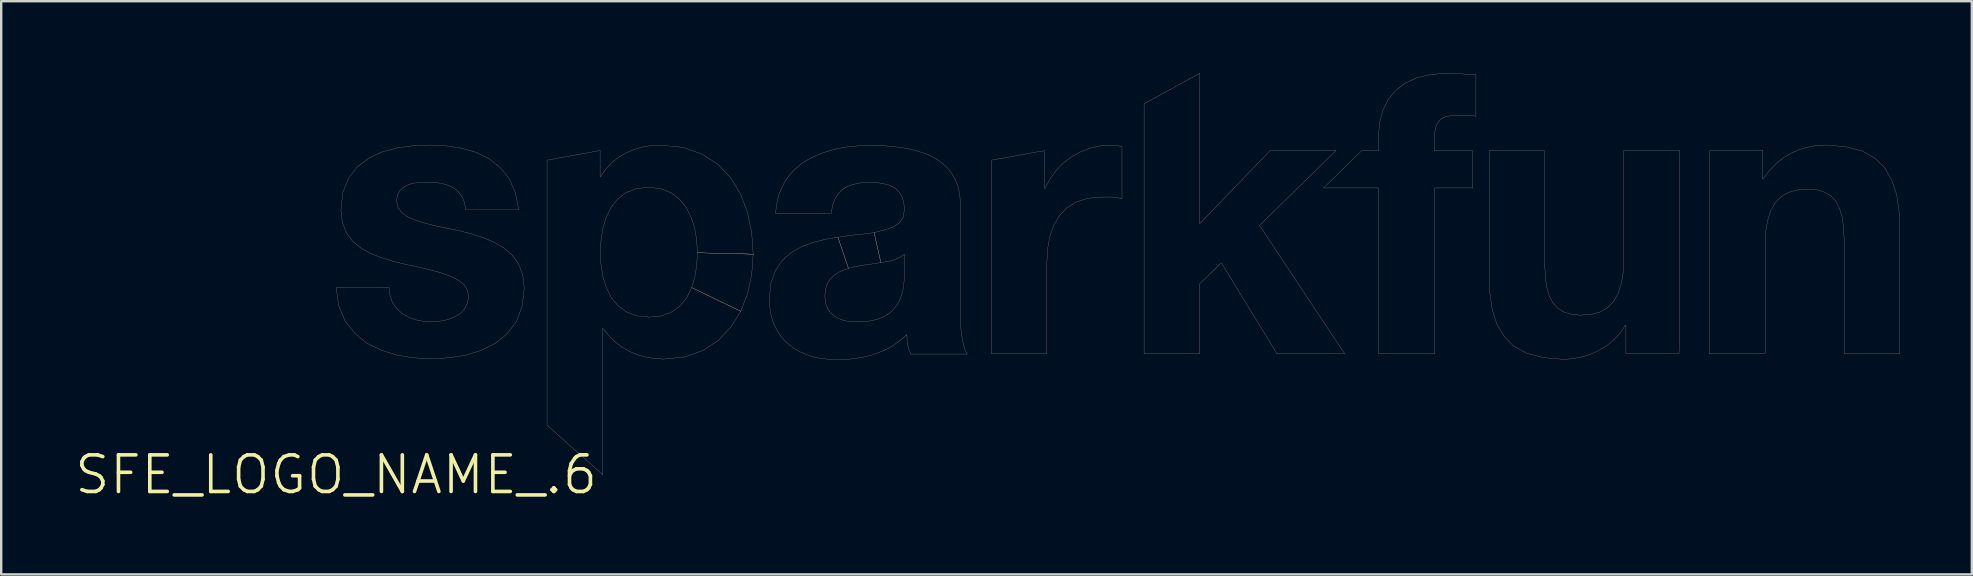
<source format=kicad_pcb>
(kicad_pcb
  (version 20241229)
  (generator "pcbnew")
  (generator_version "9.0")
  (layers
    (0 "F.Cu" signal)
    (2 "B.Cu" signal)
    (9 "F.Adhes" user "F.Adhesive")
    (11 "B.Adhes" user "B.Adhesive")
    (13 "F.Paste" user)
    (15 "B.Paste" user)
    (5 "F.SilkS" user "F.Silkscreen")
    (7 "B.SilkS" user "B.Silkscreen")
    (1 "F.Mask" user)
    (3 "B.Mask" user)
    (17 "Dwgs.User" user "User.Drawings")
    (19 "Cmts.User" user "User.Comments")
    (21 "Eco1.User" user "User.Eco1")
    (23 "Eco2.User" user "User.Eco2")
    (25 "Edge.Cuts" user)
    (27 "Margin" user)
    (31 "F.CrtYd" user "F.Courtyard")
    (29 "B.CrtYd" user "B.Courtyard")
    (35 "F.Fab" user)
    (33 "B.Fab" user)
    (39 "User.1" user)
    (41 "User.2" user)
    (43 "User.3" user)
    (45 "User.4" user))
  (footprint "SFE_LOGO_NAME_.6"
    (layer "F.Cu")
    (at 10.958 16.732)
    (property "Reference" "SFE_LOGO_NAME_.6" (at 0 0 0) (layer "F.SilkS") (effects (font (size 1.524 1.524) (thickness 0.15))))
    (attr exclude_from_pos_files exclude_from_bom)
    (fp_line (start 0 -7.788) (end 1.928 -7.788) (stroke (width 0.008) (type solid)) (layer "B.SilkS"))
    (fp_line (start 0.109 -7.038) (end 0 -7.788) (stroke (width 0.008) (type solid)) (layer "B.SilkS"))
    (fp_line (start 0.198 -11.019) (end 0.279 -11.758) (stroke (width 0.008) (type solid)) (layer "B.SilkS"))
    (fp_line (start 0.259 -10.508) (end 0.198 -11.019) (stroke (width 0.008) (type solid)) (layer "B.SilkS"))
    (fp_line (start 0.279 -11.758) (end 0.518 -12.36) (stroke (width 0.008) (type solid)) (layer "B.SilkS"))
    (fp_line (start 0.378 -6.398) (end 0.109 -7.038) (stroke (width 0.008) (type solid)) (layer "B.SilkS"))
    (fp_line (start 0.429 -10.079) (end 0.259 -10.508) (stroke (width 0.008) (type solid)) (layer "B.SilkS"))
    (fp_line (start 0.518 -12.36) (end 0.879 -12.83) (stroke (width 0.008) (type solid)) (layer "B.SilkS"))
    (fp_line (start 0.688 -9.728) (end 0.429 -10.079) (stroke (width 0.008) (type solid)) (layer "B.SilkS"))
    (fp_line (start 0.78 -5.888) (end 0.378 -6.398) (stroke (width 0.008) (type solid)) (layer "B.SilkS"))
    (fp_line (start 0.879 -12.83) (end 1.359 -13.188) (stroke (width 0.008) (type solid)) (layer "B.SilkS"))
    (fp_line (start 1.029 -9.449) (end 0.688 -9.728) (stroke (width 0.008) (type solid)) (layer "B.SilkS"))
    (fp_line (start 1.278 -5.479) (end 0.78 -5.888) (stroke (width 0.008) (type solid)) (layer "B.SilkS"))
    (fp_line (start 1.359 -13.188) (end 1.908 -13.449) (stroke (width 0.008) (type solid)) (layer "B.SilkS"))
    (fp_line (start 1.427 -9.218) (end 1.029 -9.449) (stroke (width 0.008) (type solid)) (layer "B.SilkS"))
    (fp_line (start 1.88 -5.189) (end 1.278 -5.479) (stroke (width 0.008) (type solid)) (layer "B.SilkS"))
    (fp_line (start 1.89 -9.04) (end 1.427 -9.218) (stroke (width 0.008) (type solid)) (layer "B.SilkS"))
    (fp_line (start 1.908 -13.449) (end 2.54 -13.619) (stroke (width 0.008) (type solid)) (layer "B.SilkS"))
    (fp_line (start 1.928 -7.788) (end 2.21 -7.788) (stroke (width 0.008) (type solid)) (layer "B.SilkS"))
    (fp_line (start 2.21 -7.788) (end 2.248 -7.45) (stroke (width 0.008) (type solid)) (layer "B.SilkS"))
    (fp_line (start 2.248 -7.45) (end 2.36 -7.148) (stroke (width 0.008) (type solid)) (layer "B.SilkS"))
    (fp_line (start 2.36 -7.148) (end 2.54 -6.909) (stroke (width 0.008) (type solid)) (layer "B.SilkS"))
    (fp_line (start 2.38 -8.89) (end 1.89 -9.04) (stroke (width 0.008) (type solid)) (layer "B.SilkS"))
    (fp_line (start 2.52 -11.41) (end 2.578 -11.128) (stroke (width 0.008) (type solid)) (layer "B.SilkS"))
    (fp_line (start 2.54 -13.619) (end 3.198 -13.708) (stroke (width 0.008) (type solid)) (layer "B.SilkS"))
    (fp_line (start 2.54 -6.909) (end 2.758 -6.708) (stroke (width 0.008) (type solid)) (layer "B.SilkS"))
    (fp_line (start 2.54 -4.978) (end 1.88 -5.189) (stroke (width 0.008) (type solid)) (layer "B.SilkS"))
    (fp_line (start 2.548 -11.648) (end 2.52 -11.41) (stroke (width 0.008) (type solid)) (layer "B.SilkS"))
    (fp_line (start 2.578 -11.128) (end 2.748 -10.909) (stroke (width 0.008) (type solid)) (layer "B.SilkS"))
    (fp_line (start 2.649 -11.829) (end 2.548 -11.648) (stroke (width 0.008) (type solid)) (layer "B.SilkS"))
    (fp_line (start 2.748 -10.909) (end 3.01 -10.729) (stroke (width 0.008) (type solid)) (layer "B.SilkS"))
    (fp_line (start 2.758 -6.708) (end 3.028 -6.558) (stroke (width 0.008) (type solid)) (layer "B.SilkS"))
    (fp_line (start 2.789 -11.968) (end 2.649 -11.829) (stroke (width 0.008) (type solid)) (layer "B.SilkS"))
    (fp_line (start 2.878 -8.768) (end 2.38 -8.89) (stroke (width 0.008) (type solid)) (layer "B.SilkS"))
    (fp_line (start 2.969 -12.068) (end 2.789 -11.968) (stroke (width 0.008) (type solid)) (layer "B.SilkS"))
    (fp_line (start 3.01 -10.729) (end 3.348 -10.589) (stroke (width 0.008) (type solid)) (layer "B.SilkS"))
    (fp_line (start 3.028 -6.558) (end 3.338 -6.449) (stroke (width 0.008) (type solid)) (layer "B.SilkS"))
    (fp_line (start 3.17 -12.139) (end 2.969 -12.068) (stroke (width 0.008) (type solid)) (layer "B.SilkS"))
    (fp_line (start 3.198 -13.708) (end 3.879 -13.739) (stroke (width 0.008) (type solid)) (layer "B.SilkS"))
    (fp_line (start 3.239 -4.869) (end 2.54 -4.978) (stroke (width 0.008) (type solid)) (layer "B.SilkS"))
    (fp_line (start 3.338 -6.449) (end 3.658 -6.388) (stroke (width 0.008) (type solid)) (layer "B.SilkS"))
    (fp_line (start 3.348 -10.589) (end 3.749 -10.47) (stroke (width 0.008) (type solid)) (layer "B.SilkS"))
    (fp_line (start 3.388 -12.169) (end 3.17 -12.139) (stroke (width 0.008) (type solid)) (layer "B.SilkS"))
    (fp_line (start 3.47 -8.639) (end 2.878 -8.768) (stroke (width 0.008) (type solid)) (layer "B.SilkS"))
    (fp_line (start 3.609 -12.189) (end 3.388 -12.169) (stroke (width 0.008) (type solid)) (layer "B.SilkS"))
    (fp_line (start 3.658 -6.388) (end 3.988 -6.368) (stroke (width 0.008) (type solid)) (layer "B.SilkS"))
    (fp_line (start 3.749 -10.47) (end 4.188 -10.358) (stroke (width 0.008) (type solid)) (layer "B.SilkS"))
    (fp_line (start 3.81 -12.189) (end 3.609 -12.189) (stroke (width 0.008) (type solid)) (layer "B.SilkS"))
    (fp_line (start 3.879 -13.739) (end 4.559 -13.708) (stroke (width 0.008) (type solid)) (layer "B.SilkS"))
    (fp_line (start 3.978 -4.839) (end 3.239 -4.869) (stroke (width 0.008) (type solid)) (layer "B.SilkS"))
    (fp_line (start 3.988 -8.519) (end 3.47 -8.639) (stroke (width 0.008) (type solid)) (layer "B.SilkS"))
    (fp_line (start 3.988 -6.368) (end 4.249 -6.388) (stroke (width 0.008) (type solid)) (layer "B.SilkS"))
    (fp_line (start 4.12 -12.179) (end 3.81 -12.189) (stroke (width 0.008) (type solid)) (layer "B.SilkS"))
    (fp_line (start 4.188 -10.358) (end 4.669 -10.259) (stroke (width 0.008) (type solid)) (layer "B.SilkS"))
    (fp_line (start 4.249 -6.388) (end 4.508 -6.429) (stroke (width 0.008) (type solid)) (layer "B.SilkS"))
    (fp_line (start 4.399 -12.139) (end 4.12 -12.179) (stroke (width 0.008) (type solid)) (layer "B.SilkS"))
    (fp_line (start 4.44 -8.39) (end 3.988 -8.519) (stroke (width 0.008) (type solid)) (layer "B.SilkS"))
    (fp_line (start 4.508 -6.429) (end 4.76 -6.5) (stroke (width 0.008) (type solid)) (layer "B.SilkS"))
    (fp_line (start 4.559 -13.708) (end 5.21 -13.609) (stroke (width 0.008) (type solid)) (layer "B.SilkS"))
    (fp_line (start 4.669 -12.06) (end 4.399 -12.139) (stroke (width 0.008) (type solid)) (layer "B.SilkS"))
    (fp_line (start 4.669 -10.259) (end 5.159 -10.16) (stroke (width 0.008) (type solid)) (layer "B.SilkS"))
    (fp_line (start 4.689 -4.869) (end 3.978 -4.839) (stroke (width 0.008) (type solid)) (layer "B.SilkS"))
    (fp_line (start 4.76 -6.5) (end 4.999 -6.609) (stroke (width 0.008) (type solid)) (layer "B.SilkS"))
    (fp_line (start 4.818 -8.25) (end 4.44 -8.39) (stroke (width 0.008) (type solid)) (layer "B.SilkS"))
    (fp_line (start 4.9 -11.948) (end 4.669 -12.06) (stroke (width 0.008) (type solid)) (layer "B.SilkS"))
    (fp_line (start 4.999 -6.609) (end 5.21 -6.749) (stroke (width 0.008) (type solid)) (layer "B.SilkS"))
    (fp_line (start 5.088 -11.798) (end 4.9 -11.948) (stroke (width 0.008) (type solid)) (layer "B.SilkS"))
    (fp_line (start 5.118 -8.09) (end 4.818 -8.25) (stroke (width 0.008) (type solid)) (layer "B.SilkS"))
    (fp_line (start 5.159 -10.16) (end 5.659 -10.028) (stroke (width 0.008) (type solid)) (layer "B.SilkS"))
    (fp_line (start 5.21 -13.609) (end 5.819 -13.439) (stroke (width 0.008) (type solid)) (layer "B.SilkS"))
    (fp_line (start 5.21 -6.749) (end 5.37 -6.939) (stroke (width 0.008) (type solid)) (layer "B.SilkS"))
    (fp_line (start 5.237 -11.598) (end 5.088 -11.798) (stroke (width 0.008) (type solid)) (layer "B.SilkS"))
    (fp_line (start 5.339 -7.91) (end 5.118 -8.09) (stroke (width 0.008) (type solid)) (layer "B.SilkS"))
    (fp_line (start 5.349 -11.349) (end 5.237 -11.598) (stroke (width 0.008) (type solid)) (layer "B.SilkS"))
    (fp_line (start 5.37 -6.939) (end 5.479 -7.168) (stroke (width 0.008) (type solid)) (layer "B.SilkS"))
    (fp_line (start 5.39 -4.978) (end 4.689 -4.869) (stroke (width 0.008) (type solid)) (layer "B.SilkS"))
    (fp_line (start 5.397 -11.039) (end 5.349 -11.349) (stroke (width 0.008) (type solid)) (layer "B.SilkS"))
    (fp_line (start 5.469 -7.699) (end 5.339 -7.91) (stroke (width 0.008) (type solid)) (layer "B.SilkS"))
    (fp_line (start 5.479 -7.168) (end 5.519 -7.46) (stroke (width 0.008) (type solid)) (layer "B.SilkS"))
    (fp_line (start 5.519 -7.46) (end 5.469 -7.699) (stroke (width 0.008) (type solid)) (layer "B.SilkS"))
    (fp_line (start 5.659 -10.028) (end 6.149 -9.868) (stroke (width 0.008) (type solid)) (layer "B.SilkS"))
    (fp_line (start 5.819 -13.439) (end 6.368 -13.17) (stroke (width 0.008) (type solid)) (layer "B.SilkS"))
    (fp_line (start 6.038 -5.179) (end 5.39 -4.978) (stroke (width 0.008) (type solid)) (layer "B.SilkS"))
    (fp_line (start 6.149 -9.868) (end 6.599 -9.68) (stroke (width 0.008) (type solid)) (layer "B.SilkS"))
    (fp_line (start 6.368 -13.17) (end 6.828 -12.809) (stroke (width 0.008) (type solid)) (layer "B.SilkS"))
    (fp_line (start 6.599 -9.68) (end 7.008 -9.439) (stroke (width 0.008) (type solid)) (layer "B.SilkS"))
    (fp_line (start 6.629 -5.469) (end 6.038 -5.179) (stroke (width 0.008) (type solid)) (layer "B.SilkS"))
    (fp_line (start 6.828 -12.809) (end 7.209 -12.339) (stroke (width 0.008) (type solid)) (layer "B.SilkS"))
    (fp_line (start 7.008 -9.439) (end 7.348 -9.139) (stroke (width 0.008) (type solid)) (layer "B.SilkS"))
    (fp_line (start 7.12 -5.87) (end 6.629 -5.469) (stroke (width 0.008) (type solid)) (layer "B.SilkS"))
    (fp_line (start 7.209 -12.339) (end 7.468 -11.758) (stroke (width 0.008) (type solid)) (layer "B.SilkS"))
    (fp_line (start 7.348 -9.139) (end 7.61 -8.768) (stroke (width 0.008) (type solid)) (layer "B.SilkS"))
    (fp_line (start 7.468 -11.758) (end 7.61 -11.039) (stroke (width 0.008) (type solid)) (layer "B.SilkS"))
    (fp_line (start 7.508 -6.378) (end 7.12 -5.87) (stroke (width 0.008) (type solid)) (layer "B.SilkS"))
    (fp_line (start 7.61 -11.039) (end 5.397 -11.039) (stroke (width 0.008) (type solid)) (layer "B.SilkS"))
    (fp_line (start 7.61 -8.768) (end 7.777 -8.319) (stroke (width 0.008) (type solid)) (layer "B.SilkS"))
    (fp_line (start 7.75 -7.018) (end 7.508 -6.378) (stroke (width 0.008) (type solid)) (layer "B.SilkS"))
    (fp_line (start 7.777 -8.319) (end 7.838 -7.777) (stroke (width 0.008) (type solid)) (layer "B.SilkS"))
    (fp_line (start 7.838 -7.777) (end 7.75 -7.018) (stroke (width 0.008) (type solid)) (layer "B.SilkS"))
    (fp_line (start 8.788 -13.109) (end 9.068 -13.16) (stroke (width 0.008) (type solid)) (layer "B.SilkS"))
    (fp_line (start 8.788 -2.068) (end 8.788 -13.109) (stroke (width 0.008) (type solid)) (layer "B.SilkS"))
    (fp_line (start 9.068 -13.16) (end 9.34 -13.208) (stroke (width 0.008) (type solid)) (layer "B.SilkS"))
    (fp_line (start 9.078 -1.808) (end 8.788 -2.068) (stroke (width 0.008) (type solid)) (layer "B.SilkS"))
    (fp_line (start 9.34 -13.208) (end 9.619 -13.259) (stroke (width 0.008) (type solid)) (layer "B.SilkS"))
    (fp_line (start 9.368 -1.549) (end 9.078 -1.808) (stroke (width 0.008) (type solid)) (layer "B.SilkS"))
    (fp_line (start 9.619 -13.259) (end 9.888 -13.31) (stroke (width 0.008) (type solid)) (layer "B.SilkS"))
    (fp_line (start 9.66 -1.288) (end 9.368 -1.549) (stroke (width 0.008) (type solid)) (layer "B.SilkS"))
    (fp_line (start 9.888 -13.31) (end 10.168 -13.358) (stroke (width 0.008) (type solid)) (layer "B.SilkS"))
    (fp_line (start 9.949 -1.029) (end 9.66 -1.288) (stroke (width 0.008) (type solid)) (layer "B.SilkS"))
    (fp_line (start 10.168 -13.358) (end 10.45 -13.409) (stroke (width 0.008) (type solid)) (layer "B.SilkS"))
    (fp_line (start 10.239 -0.78) (end 9.949 -1.029) (stroke (width 0.008) (type solid)) (layer "B.SilkS"))
    (fp_line (start 10.45 -13.409) (end 10.719 -13.459) (stroke (width 0.008) (type solid)) (layer "B.SilkS"))
    (fp_line (start 10.528 -0.518) (end 10.239 -0.78) (stroke (width 0.008) (type solid)) (layer "B.SilkS"))
    (fp_line (start 10.719 -13.459) (end 10.998 -13.508) (stroke (width 0.008) (type solid)) (layer "B.SilkS"))
    (fp_line (start 10.818 -0.259) (end 10.528 -0.518) (stroke (width 0.008) (type solid)) (layer "B.SilkS"))
    (fp_line (start 10.998 -13.508) (end 10.998 -12.418) (stroke (width 0.008) (type solid)) (layer "B.SilkS"))
    (fp_line (start 10.998 -12.418) (end 11.008 -12.418) (stroke (width 0.008) (type solid)) (layer "B.SilkS"))
    (fp_line (start 11.008 -12.418) (end 11.239 -12.738) (stroke (width 0.008) (type solid)) (layer "B.SilkS"))
    (fp_line (start 11.008 -9.248) (end 11.039 -8.738) (stroke (width 0.008) (type solid)) (layer "B.SilkS"))
    (fp_line (start 11.039 -9.759) (end 11.008 -9.248) (stroke (width 0.008) (type solid)) (layer "B.SilkS"))
    (fp_line (start 11.039 -8.738) (end 11.118 -8.25) (stroke (width 0.008) (type solid)) (layer "B.SilkS"))
    (fp_line (start 11.11 -10.259) (end 11.039 -9.759) (stroke (width 0.008) (type solid)) (layer "B.SilkS"))
    (fp_line (start 11.11 -6.088) (end 11.11 0) (stroke (width 0.008) (type solid)) (layer "B.SilkS"))
    (fp_line (start 11.11 0) (end 10.818 -0.259) (stroke (width 0.008) (type solid)) (layer "B.SilkS"))
    (fp_line (start 11.118 -8.25) (end 11.26 -7.798) (stroke (width 0.008) (type solid)) (layer "B.SilkS"))
    (fp_line (start 11.128 -6.088) (end 11.11 -6.088) (stroke (width 0.008) (type solid)) (layer "B.SilkS"))
    (fp_line (start 11.239 -12.738) (end 11.499 -13.018) (stroke (width 0.008) (type solid)) (layer "B.SilkS"))
    (fp_line (start 11.25 -10.719) (end 11.11 -10.259) (stroke (width 0.008) (type solid)) (layer "B.SilkS"))
    (fp_line (start 11.26 -7.798) (end 11.458 -7.389) (stroke (width 0.008) (type solid)) (layer "B.SilkS"))
    (fp_line (start 11.359 -5.799) (end 11.128 -6.088) (stroke (width 0.008) (type solid)) (layer "B.SilkS"))
    (fp_line (start 11.448 -11.128) (end 11.25 -10.719) (stroke (width 0.008) (type solid)) (layer "B.SilkS"))
    (fp_line (start 11.458 -7.389) (end 11.74 -7.048) (stroke (width 0.008) (type solid)) (layer "B.SilkS"))
    (fp_line (start 11.499 -13.018) (end 11.788 -13.238) (stroke (width 0.008) (type solid)) (layer "B.SilkS"))
    (fp_line (start 11.618 -5.54) (end 11.359 -5.799) (stroke (width 0.008) (type solid)) (layer "B.SilkS"))
    (fp_line (start 11.72 -11.478) (end 11.448 -11.128) (stroke (width 0.008) (type solid)) (layer "B.SilkS"))
    (fp_line (start 11.74 -7.048) (end 12.088 -6.789) (stroke (width 0.008) (type solid)) (layer "B.SilkS"))
    (fp_line (start 11.788 -13.238) (end 12.098 -13.419) (stroke (width 0.008) (type solid)) (layer "B.SilkS"))
    (fp_line (start 11.908 -5.319) (end 11.618 -5.54) (stroke (width 0.008) (type solid)) (layer "B.SilkS"))
    (fp_line (start 12.068 -11.748) (end 11.72 -11.478) (stroke (width 0.008) (type solid)) (layer "B.SilkS"))
    (fp_line (start 12.088 -6.789) (end 12.52 -6.619) (stroke (width 0.008) (type solid)) (layer "B.SilkS"))
    (fp_line (start 12.098 -13.419) (end 12.428 -13.559) (stroke (width 0.008) (type solid)) (layer "B.SilkS"))
    (fp_line (start 12.22 -5.138) (end 11.908 -5.319) (stroke (width 0.008) (type solid)) (layer "B.SilkS"))
    (fp_line (start 12.428 -13.559) (end 12.779 -13.658) (stroke (width 0.008) (type solid)) (layer "B.SilkS"))
    (fp_line (start 12.499 -11.918) (end 12.068 -11.748) (stroke (width 0.008) (type solid)) (layer "B.SilkS"))
    (fp_line (start 12.52 -6.619) (end 13.038 -6.568) (stroke (width 0.008) (type solid)) (layer "B.SilkS"))
    (fp_line (start 12.558 -4.999) (end 12.22 -5.138) (stroke (width 0.008) (type solid)) (layer "B.SilkS"))
    (fp_line (start 12.779 -13.658) (end 13.15 -13.719) (stroke (width 0.008) (type solid)) (layer "B.SilkS"))
    (fp_line (start 12.908 -4.9) (end 12.558 -4.999) (stroke (width 0.008) (type solid)) (layer "B.SilkS"))
    (fp_line (start 13.028 -11.979) (end 12.499 -11.918) (stroke (width 0.008) (type solid)) (layer "B.SilkS"))
    (fp_line (start 13.038 -6.568) (end 13.569 -6.619) (stroke (width 0.008) (type solid)) (layer "B.SilkS"))
    (fp_line (start 13.15 -13.719) (end 13.528 -13.729) (stroke (width 0.008) (type solid)) (layer "B.SilkS"))
    (fp_line (start 13.279 -4.839) (end 12.908 -4.9) (stroke (width 0.008) (type solid)) (layer "B.SilkS"))
    (fp_line (start 13.528 -13.729) (end 14.458 -13.64) (stroke (width 0.008) (type solid)) (layer "B.SilkS"))
    (fp_line (start 13.538 -11.918) (end 13.028 -11.979) (stroke (width 0.008) (type solid)) (layer "B.SilkS"))
    (fp_line (start 13.569 -6.619) (end 13.998 -6.789) (stroke (width 0.008) (type solid)) (layer "B.SilkS"))
    (fp_line (start 13.658 -4.818) (end 13.279 -4.839) (stroke (width 0.008) (type solid)) (layer "B.SilkS"))
    (fp_line (start 13.97 -11.74) (end 13.538 -11.918) (stroke (width 0.008) (type solid)) (layer "B.SilkS"))
    (fp_line (start 13.998 -6.789) (end 14.348 -7.048) (stroke (width 0.008) (type solid)) (layer "B.SilkS"))
    (fp_line (start 14.318 -11.468) (end 13.97 -11.74) (stroke (width 0.008) (type solid)) (layer "B.SilkS"))
    (fp_line (start 14.348 -7.048) (end 14.618 -7.389) (stroke (width 0.008) (type solid)) (layer "B.SilkS"))
    (fp_line (start 14.458 -13.64) (end 15.248 -13.358) (stroke (width 0.008) (type solid)) (layer "B.SilkS"))
    (fp_line (start 14.539 -4.91) (end 13.658 -4.818) (stroke (width 0.008) (type solid)) (layer "B.SilkS"))
    (fp_line (start 14.6 -11.118) (end 14.318 -11.468) (stroke (width 0.008) (type solid)) (layer "B.SilkS"))
    (fp_line (start 14.618 -7.389) (end 14.818 -7.798) (stroke (width 0.008) (type solid)) (layer "B.SilkS"))
    (fp_line (start 14.798 -10.709) (end 14.6 -11.118) (stroke (width 0.008) (type solid)) (layer "B.SilkS"))
    (fp_line (start 14.818 -7.798) (end 14.948 -8.25) (stroke (width 0.008) (type solid)) (layer "B.SilkS"))
    (fp_line (start 14.818 -7.798) (end 16.858 -6.81) (stroke (width 0.008) (type solid)) (layer "B.SilkS"))
    (fp_line (start 14.948 -10.249) (end 14.798 -10.709) (stroke (width 0.008) (type solid)) (layer "B.SilkS"))
    (fp_line (start 14.948 -8.25) (end 15.029 -8.738) (stroke (width 0.008) (type solid)) (layer "B.SilkS"))
    (fp_line (start 15.029 -9.759) (end 14.948 -10.249) (stroke (width 0.008) (type solid)) (layer "B.SilkS"))
    (fp_line (start 15.029 -8.738) (end 15.05 -9.248) (stroke (width 0.008) (type solid)) (layer "B.SilkS"))
    (fp_line (start 15.05 -9.248) (end 15.029 -9.759) (stroke (width 0.008) (type solid)) (layer "B.SilkS"))
    (fp_line (start 15.05 -9.248) (end 17.379 -9.19) (stroke (width 0.008) (type solid)) (layer "B.SilkS"))
    (fp_line (start 15.248 -13.358) (end 15.918 -12.929) (stroke (width 0.008) (type solid)) (layer "B.SilkS"))
    (fp_line (start 15.288 -5.179) (end 14.539 -4.91) (stroke (width 0.008) (type solid)) (layer "B.SilkS"))
    (fp_line (start 15.918 -12.929) (end 16.449 -12.36) (stroke (width 0.008) (type solid)) (layer "B.SilkS"))
    (fp_line (start 15.928 -5.598) (end 15.288 -5.179) (stroke (width 0.008) (type solid)) (layer "B.SilkS"))
    (fp_line (start 16.449 -12.36) (end 16.858 -11.679) (stroke (width 0.008) (type solid)) (layer "B.SilkS"))
    (fp_line (start 16.449 -6.149) (end 15.928 -5.598) (stroke (width 0.008) (type solid)) (layer "B.SilkS"))
    (fp_line (start 16.858 -11.679) (end 17.148 -10.909) (stroke (width 0.008) (type solid)) (layer "B.SilkS"))
    (fp_line (start 16.858 -6.81) (end 14.818 -7.798) (stroke (width 0.008) (type solid)) (layer "B.SilkS"))
    (fp_line (start 16.858 -6.81) (end 16.449 -6.149) (stroke (width 0.008) (type solid)) (layer "B.SilkS"))
    (fp_line (start 17.148 -10.909) (end 17.318 -10.069) (stroke (width 0.008) (type solid)) (layer "B.SilkS"))
    (fp_line (start 17.148 -7.549) (end 16.858 -6.81) (stroke (width 0.008) (type solid)) (layer "B.SilkS"))
    (fp_line (start 17.318 -10.069) (end 17.379 -9.19) (stroke (width 0.008) (type solid)) (layer "B.SilkS"))
    (fp_line (start 17.318 -8.349) (end 17.148 -7.549) (stroke (width 0.008) (type solid)) (layer "B.SilkS"))
    (fp_line (start 17.379 -9.19) (end 15.05 -9.248) (stroke (width 0.008) (type solid)) (layer "B.SilkS"))
    (fp_line (start 17.379 -9.19) (end 17.318 -8.349) (stroke (width 0.008) (type solid)) (layer "B.SilkS"))
    (fp_line (start 18.049 -7.328) (end 18.118 -7.978) (stroke (width 0.008) (type solid)) (layer "B.SilkS"))
    (fp_line (start 18.07 -7.008) (end 18.049 -7.328) (stroke (width 0.008) (type solid)) (layer "B.SilkS"))
    (fp_line (start 18.108 -6.718) (end 18.07 -7.008) (stroke (width 0.008) (type solid)) (layer "B.SilkS"))
    (fp_line (start 18.118 -7.978) (end 18.308 -8.509) (stroke (width 0.008) (type solid)) (layer "B.SilkS"))
    (fp_line (start 18.179 -6.449) (end 18.108 -6.718) (stroke (width 0.008) (type solid)) (layer "B.SilkS"))
    (fp_line (start 18.278 -6.198) (end 18.179 -6.449) (stroke (width 0.008) (type solid)) (layer "B.SilkS"))
    (fp_line (start 18.308 -10.889) (end 18.359 -11.278) (stroke (width 0.008) (type solid)) (layer "B.SilkS"))
    (fp_line (start 18.308 -8.509) (end 18.588 -8.928) (stroke (width 0.008) (type solid)) (layer "B.SilkS"))
    (fp_line (start 18.359 -11.278) (end 18.438 -11.638) (stroke (width 0.008) (type solid)) (layer "B.SilkS"))
    (fp_line (start 18.4 -5.969) (end 18.278 -6.198) (stroke (width 0.008) (type solid)) (layer "B.SilkS"))
    (fp_line (start 18.438 -11.638) (end 18.57 -11.958) (stroke (width 0.008) (type solid)) (layer "B.SilkS"))
    (fp_line (start 18.539 -5.758) (end 18.4 -5.969) (stroke (width 0.008) (type solid)) (layer "B.SilkS"))
    (fp_line (start 18.57 -11.958) (end 18.72 -12.248) (stroke (width 0.008) (type solid)) (layer "B.SilkS"))
    (fp_line (start 18.588 -8.928) (end 18.959 -9.258) (stroke (width 0.008) (type solid)) (layer "B.SilkS"))
    (fp_line (start 18.699 -5.578) (end 18.539 -5.758) (stroke (width 0.008) (type solid)) (layer "B.SilkS"))
    (fp_line (start 18.72 -12.248) (end 18.908 -12.509) (stroke (width 0.008) (type solid)) (layer "B.SilkS"))
    (fp_line (start 18.89 -5.408) (end 18.699 -5.578) (stroke (width 0.008) (type solid)) (layer "B.SilkS"))
    (fp_line (start 18.908 -12.509) (end 19.129 -12.738) (stroke (width 0.008) (type solid)) (layer "B.SilkS"))
    (fp_line (start 18.959 -9.258) (end 19.388 -9.5) (stroke (width 0.008) (type solid)) (layer "B.SilkS"))
    (fp_line (start 19.088 -5.258) (end 18.89 -5.408) (stroke (width 0.008) (type solid)) (layer "B.SilkS"))
    (fp_line (start 19.129 -12.738) (end 19.367 -12.939) (stroke (width 0.008) (type solid)) (layer "B.SilkS"))
    (fp_line (start 19.309 -5.128) (end 19.088 -5.258) (stroke (width 0.008) (type solid)) (layer "B.SilkS"))
    (fp_line (start 19.367 -12.939) (end 19.639 -13.119) (stroke (width 0.008) (type solid)) (layer "B.SilkS"))
    (fp_line (start 19.388 -9.5) (end 19.868 -9.68) (stroke (width 0.008) (type solid)) (layer "B.SilkS"))
    (fp_line (start 19.548 -5.029) (end 19.309 -5.128) (stroke (width 0.008) (type solid)) (layer "B.SilkS"))
    (fp_line (start 19.639 -13.119) (end 19.929 -13.269) (stroke (width 0.008) (type solid)) (layer "B.SilkS"))
    (fp_line (start 19.799 -4.938) (end 19.548 -5.029) (stroke (width 0.008) (type solid)) (layer "B.SilkS"))
    (fp_line (start 19.868 -9.68) (end 20.389 -9.809) (stroke (width 0.008) (type solid)) (layer "B.SilkS"))
    (fp_line (start 19.929 -13.269) (end 20.229 -13.399) (stroke (width 0.008) (type solid)) (layer "B.SilkS"))
    (fp_line (start 20.069 -4.869) (end 19.799 -4.938) (stroke (width 0.008) (type solid)) (layer "B.SilkS"))
    (fp_line (start 20.229 -13.399) (end 20.549 -13.498) (stroke (width 0.008) (type solid)) (layer "B.SilkS"))
    (fp_line (start 20.338 -4.829) (end 20.069 -4.869) (stroke (width 0.008) (type solid)) (layer "B.SilkS"))
    (fp_line (start 20.368 -7.44) (end 20.378 -7.29) (stroke (width 0.008) (type solid)) (layer "B.SilkS"))
    (fp_line (start 20.378 -7.6) (end 20.368 -7.44) (stroke (width 0.008) (type solid)) (layer "B.SilkS"))
    (fp_line (start 20.378 -7.29) (end 20.399 -7.148) (stroke (width 0.008) (type solid)) (layer "B.SilkS"))
    (fp_line (start 20.389 -9.809) (end 20.909 -9.898) (stroke (width 0.008) (type solid)) (layer "B.SilkS"))
    (fp_line (start 20.399 -7.739) (end 20.378 -7.6) (stroke (width 0.008) (type solid)) (layer "B.SilkS"))
    (fp_line (start 20.399 -7.148) (end 20.439 -7.028) (stroke (width 0.008) (type solid)) (layer "B.SilkS"))
    (fp_line (start 20.439 -7.859) (end 20.399 -7.739) (stroke (width 0.008) (type solid)) (layer "B.SilkS"))
    (fp_line (start 20.439 -7.028) (end 20.488 -6.919) (stroke (width 0.008) (type solid)) (layer "B.SilkS"))
    (fp_line (start 20.477 -7.978) (end 20.439 -7.859) (stroke (width 0.008) (type solid)) (layer "B.SilkS"))
    (fp_line (start 20.488 -6.919) (end 20.549 -6.82) (stroke (width 0.008) (type solid)) (layer "B.SilkS"))
    (fp_line (start 20.538 -8.08) (end 20.477 -7.978) (stroke (width 0.008) (type solid)) (layer "B.SilkS"))
    (fp_line (start 20.549 -13.498) (end 20.889 -13.589) (stroke (width 0.008) (type solid)) (layer "B.SilkS"))
    (fp_line (start 20.549 -6.82) (end 20.62 -6.728) (stroke (width 0.008) (type solid)) (layer "B.SilkS"))
    (fp_line (start 20.62 -8.179) (end 20.538 -8.08) (stroke (width 0.008) (type solid)) (layer "B.SilkS"))
    (fp_line (start 20.62 -6.728) (end 20.709 -6.65) (stroke (width 0.008) (type solid)) (layer "B.SilkS"))
    (fp_line (start 20.63 -10.889) (end 18.308 -10.889) (stroke (width 0.008) (type solid)) (layer "B.SilkS"))
    (fp_line (start 20.63 -4.798) (end 20.338 -4.829) (stroke (width 0.008) (type solid)) (layer "B.SilkS"))
    (fp_line (start 20.658 -11.059) (end 20.63 -10.889) (stroke (width 0.008) (type solid)) (layer "B.SilkS"))
    (fp_line (start 20.688 -11.209) (end 20.658 -11.059) (stroke (width 0.008) (type solid)) (layer "B.SilkS"))
    (fp_line (start 20.698 -8.258) (end 20.62 -8.179) (stroke (width 0.008) (type solid)) (layer "B.SilkS"))
    (fp_line (start 20.709 -6.65) (end 20.798 -6.589) (stroke (width 0.008) (type solid)) (layer "B.SilkS"))
    (fp_line (start 20.729 -11.349) (end 20.688 -11.209) (stroke (width 0.008) (type solid)) (layer "B.SilkS"))
    (fp_line (start 20.78 -11.478) (end 20.729 -11.349) (stroke (width 0.008) (type solid)) (layer "B.SilkS"))
    (fp_line (start 20.79 -8.339) (end 20.698 -8.258) (stroke (width 0.008) (type solid)) (layer "B.SilkS"))
    (fp_line (start 20.798 -6.589) (end 20.899 -6.528) (stroke (width 0.008) (type solid)) (layer "B.SilkS"))
    (fp_line (start 20.848 -11.598) (end 20.78 -11.478) (stroke (width 0.008) (type solid)) (layer "B.SilkS"))
    (fp_line (start 20.889 -13.589) (end 21.229 -13.65) (stroke (width 0.008) (type solid)) (layer "B.SilkS"))
    (fp_line (start 20.889 -8.4) (end 20.79 -8.339) (stroke (width 0.008) (type solid)) (layer "B.SilkS"))
    (fp_line (start 20.899 -6.528) (end 21.008 -6.48) (stroke (width 0.008) (type solid)) (layer "B.SilkS"))
    (fp_line (start 20.909 -9.898) (end 21.349 -8.598) (stroke (width 0.008) (type solid)) (layer "B.SilkS"))
    (fp_line (start 20.909 -9.898) (end 21.438 -9.97) (stroke (width 0.008) (type solid)) (layer "B.SilkS"))
    (fp_line (start 20.919 -11.699) (end 20.848 -11.598) (stroke (width 0.008) (type solid)) (layer "B.SilkS"))
    (fp_line (start 20.988 -8.458) (end 20.889 -8.4) (stroke (width 0.008) (type solid)) (layer "B.SilkS"))
    (fp_line (start 20.998 -11.788) (end 20.919 -11.699) (stroke (width 0.008) (type solid)) (layer "B.SilkS"))
    (fp_line (start 21.008 -6.48) (end 21.128 -6.439) (stroke (width 0.008) (type solid)) (layer "B.SilkS"))
    (fp_line (start 21.1 -11.88) (end 20.998 -11.788) (stroke (width 0.008) (type solid)) (layer "B.SilkS"))
    (fp_line (start 21.11 -8.509) (end 20.988 -8.458) (stroke (width 0.008) (type solid)) (layer "B.SilkS"))
    (fp_line (start 21.128 -6.439) (end 21.25 -6.408) (stroke (width 0.008) (type solid)) (layer "B.SilkS"))
    (fp_line (start 21.128 -4.798) (end 20.63 -4.798) (stroke (width 0.008) (type solid)) (layer "B.SilkS"))
    (fp_line (start 21.199 -11.948) (end 21.1 -11.88) (stroke (width 0.008) (type solid)) (layer "B.SilkS"))
    (fp_line (start 21.229 -13.65) (end 21.58 -13.688) (stroke (width 0.008) (type solid)) (layer "B.SilkS"))
    (fp_line (start 21.229 -8.56) (end 21.11 -8.509) (stroke (width 0.008) (type solid)) (layer "B.SilkS"))
    (fp_line (start 21.25 -6.408) (end 21.379 -6.388) (stroke (width 0.008) (type solid)) (layer "B.SilkS"))
    (fp_line (start 21.308 -12.009) (end 21.199 -11.948) (stroke (width 0.008) (type solid)) (layer "B.SilkS"))
    (fp_line (start 21.328 -4.808) (end 21.128 -4.798) (stroke (width 0.008) (type solid)) (layer "B.SilkS"))
    (fp_line (start 21.349 -8.598) (end 20.909 -9.898) (stroke (width 0.008) (type solid)) (layer "B.SilkS"))
    (fp_line (start 21.349 -8.598) (end 21.229 -8.56) (stroke (width 0.008) (type solid)) (layer "B.SilkS"))
    (fp_line (start 21.379 -6.388) (end 21.519 -6.368) (stroke (width 0.008) (type solid)) (layer "B.SilkS"))
    (fp_line (start 21.43 -12.06) (end 21.308 -12.009) (stroke (width 0.008) (type solid)) (layer "B.SilkS"))
    (fp_line (start 21.438 -9.97) (end 21.948 -10.028) (stroke (width 0.008) (type solid)) (layer "B.SilkS"))
    (fp_line (start 21.478 -8.639) (end 21.349 -8.598) (stroke (width 0.008) (type solid)) (layer "B.SilkS"))
    (fp_line (start 21.519 -6.368) (end 21.798 -6.368) (stroke (width 0.008) (type solid)) (layer "B.SilkS"))
    (fp_line (start 21.519 -4.829) (end 21.328 -4.808) (stroke (width 0.008) (type solid)) (layer "B.SilkS"))
    (fp_line (start 21.56 -12.098) (end 21.43 -12.06) (stroke (width 0.008) (type solid)) (layer "B.SilkS"))
    (fp_line (start 21.58 -13.688) (end 21.938 -13.719) (stroke (width 0.008) (type solid)) (layer "B.SilkS"))
    (fp_line (start 21.608 -8.669) (end 21.478 -8.639) (stroke (width 0.008) (type solid)) (layer "B.SilkS"))
    (fp_line (start 21.699 -12.129) (end 21.56 -12.098) (stroke (width 0.008) (type solid)) (layer "B.SilkS"))
    (fp_line (start 21.72 -4.859) (end 21.519 -4.829) (stroke (width 0.008) (type solid)) (layer "B.SilkS"))
    (fp_line (start 21.747 -8.689) (end 21.608 -8.669) (stroke (width 0.008) (type solid)) (layer "B.SilkS"))
    (fp_line (start 21.798 -6.368) (end 22.118 -6.388) (stroke (width 0.008) (type solid)) (layer "B.SilkS"))
    (fp_line (start 21.849 -12.159) (end 21.699 -12.129) (stroke (width 0.008) (type solid)) (layer "B.SilkS"))
    (fp_line (start 21.88 -8.72) (end 21.747 -8.689) (stroke (width 0.008) (type solid)) (layer "B.SilkS"))
    (fp_line (start 21.907 -4.889) (end 21.72 -4.859) (stroke (width 0.008) (type solid)) (layer "B.SilkS"))
    (fp_line (start 21.938 -13.719) (end 22.609 -13.719) (stroke (width 0.008) (type solid)) (layer "B.SilkS"))
    (fp_line (start 21.948 -10.028) (end 22.418 -10.089) (stroke (width 0.008) (type solid)) (layer "B.SilkS"))
    (fp_line (start 22.009 -12.169) (end 21.849 -12.159) (stroke (width 0.008) (type solid)) (layer "B.SilkS"))
    (fp_line (start 22.019 -8.738) (end 21.88 -8.72) (stroke (width 0.008) (type solid)) (layer "B.SilkS"))
    (fp_line (start 22.098 -4.928) (end 21.907 -4.889) (stroke (width 0.008) (type solid)) (layer "B.SilkS"))
    (fp_line (start 22.118 -6.388) (end 22.398 -6.439) (stroke (width 0.008) (type solid)) (layer "B.SilkS"))
    (fp_line (start 22.159 -8.758) (end 22.019 -8.738) (stroke (width 0.008) (type solid)) (layer "B.SilkS"))
    (fp_line (start 22.288 -4.978) (end 22.098 -4.928) (stroke (width 0.008) (type solid)) (layer "B.SilkS"))
    (fp_line (start 22.299 -8.778) (end 22.159 -8.758) (stroke (width 0.008) (type solid)) (layer "B.SilkS"))
    (fp_line (start 22.398 -6.439) (end 22.639 -6.507) (stroke (width 0.008) (type solid)) (layer "B.SilkS"))
    (fp_line (start 22.418 -10.089) (end 22.7 -8.839) (stroke (width 0.008) (type solid)) (layer "B.SilkS"))
    (fp_line (start 22.418 -10.089) (end 22.84 -10.198) (stroke (width 0.008) (type solid)) (layer "B.SilkS"))
    (fp_line (start 22.428 -8.799) (end 22.299 -8.778) (stroke (width 0.008) (type solid)) (layer "B.SilkS"))
    (fp_line (start 22.469 -12.169) (end 22.009 -12.169) (stroke (width 0.008) (type solid)) (layer "B.SilkS"))
    (fp_line (start 22.469 -5.039) (end 22.288 -4.978) (stroke (width 0.008) (type solid)) (layer "B.SilkS"))
    (fp_line (start 22.568 -8.819) (end 22.428 -8.799) (stroke (width 0.008) (type solid)) (layer "B.SilkS"))
    (fp_line (start 22.609 -13.719) (end 22.939 -13.698) (stroke (width 0.008) (type solid)) (layer "B.SilkS"))
    (fp_line (start 22.619 -12.159) (end 22.469 -12.169) (stroke (width 0.008) (type solid)) (layer "B.SilkS"))
    (fp_line (start 22.639 -6.507) (end 22.86 -6.609) (stroke (width 0.008) (type solid)) (layer "B.SilkS"))
    (fp_line (start 22.659 -5.108) (end 22.469 -5.039) (stroke (width 0.008) (type solid)) (layer "B.SilkS"))
    (fp_line (start 22.7 -8.839) (end 22.418 -10.089) (stroke (width 0.008) (type solid)) (layer "B.SilkS"))
    (fp_line (start 22.7 -8.839) (end 22.568 -8.819) (stroke (width 0.008) (type solid)) (layer "B.SilkS"))
    (fp_line (start 22.748 -12.139) (end 22.619 -12.159) (stroke (width 0.008) (type solid)) (layer "B.SilkS"))
    (fp_line (start 22.83 -8.86) (end 22.7 -8.839) (stroke (width 0.008) (type solid)) (layer "B.SilkS"))
    (fp_line (start 22.83 -5.179) (end 22.659 -5.108) (stroke (width 0.008) (type solid)) (layer "B.SilkS"))
    (fp_line (start 22.84 -10.198) (end 23.198 -10.317) (stroke (width 0.008) (type solid)) (layer "B.SilkS"))
    (fp_line (start 22.86 -6.609) (end 23.038 -6.718) (stroke (width 0.008) (type solid)) (layer "B.SilkS"))
    (fp_line (start 22.888 -12.108) (end 22.748 -12.139) (stroke (width 0.008) (type solid)) (layer "B.SilkS"))
    (fp_line (start 22.939 -13.698) (end 23.259 -13.668) (stroke (width 0.008) (type solid)) (layer "B.SilkS"))
    (fp_line (start 22.959 -8.88) (end 22.83 -8.86) (stroke (width 0.008) (type solid)) (layer "B.SilkS"))
    (fp_line (start 23.01 -12.078) (end 22.888 -12.108) (stroke (width 0.008) (type solid)) (layer "B.SilkS"))
    (fp_line (start 23.01 -5.268) (end 22.83 -5.179) (stroke (width 0.008) (type solid)) (layer "B.SilkS"))
    (fp_line (start 23.038 -6.718) (end 23.188 -6.848) (stroke (width 0.008) (type solid)) (layer "B.SilkS"))
    (fp_line (start 23.078 -8.908) (end 22.959 -8.88) (stroke (width 0.008) (type solid)) (layer "B.SilkS"))
    (fp_line (start 23.129 -12.029) (end 23.01 -12.078) (stroke (width 0.008) (type solid)) (layer "B.SilkS"))
    (fp_line (start 23.17 -5.359) (end 23.01 -5.268) (stroke (width 0.008) (type solid)) (layer "B.SilkS"))
    (fp_line (start 23.188 -6.848) (end 23.31 -6.998) (stroke (width 0.008) (type solid)) (layer "B.SilkS"))
    (fp_line (start 23.198 -10.317) (end 23.459 -10.488) (stroke (width 0.008) (type solid)) (layer "B.SilkS"))
    (fp_line (start 23.198 -8.938) (end 23.078 -8.908) (stroke (width 0.008) (type solid)) (layer "B.SilkS"))
    (fp_line (start 23.228 -11.979) (end 23.129 -12.029) (stroke (width 0.008) (type solid)) (layer "B.SilkS"))
    (fp_line (start 23.259 -13.668) (end 23.579 -13.63) (stroke (width 0.008) (type solid)) (layer "B.SilkS"))
    (fp_line (start 23.31 -8.979) (end 23.198 -8.938) (stroke (width 0.008) (type solid)) (layer "B.SilkS"))
    (fp_line (start 23.31 -6.998) (end 23.419 -7.148) (stroke (width 0.008) (type solid)) (layer "B.SilkS"))
    (fp_line (start 23.33 -11.908) (end 23.228 -11.979) (stroke (width 0.008) (type solid)) (layer "B.SilkS"))
    (fp_line (start 23.33 -5.469) (end 23.17 -5.359) (stroke (width 0.008) (type solid)) (layer "B.SilkS"))
    (fp_line (start 23.409 -9.02) (end 23.31 -8.979) (stroke (width 0.008) (type solid)) (layer "B.SilkS"))
    (fp_line (start 23.419 -11.829) (end 23.33 -11.908) (stroke (width 0.008) (type solid)) (layer "B.SilkS"))
    (fp_line (start 23.419 -7.148) (end 23.498 -7.308) (stroke (width 0.008) (type solid)) (layer "B.SilkS"))
    (fp_line (start 23.459 -10.488) (end 23.63 -10.719) (stroke (width 0.008) (type solid)) (layer "B.SilkS"))
    (fp_line (start 23.49 -11.73) (end 23.419 -11.829) (stroke (width 0.008) (type solid)) (layer "B.SilkS"))
    (fp_line (start 23.49 -5.588) (end 23.33 -5.469) (stroke (width 0.008) (type solid)) (layer "B.SilkS"))
    (fp_line (start 23.498 -7.308) (end 23.558 -7.478) (stroke (width 0.008) (type solid)) (layer "B.SilkS"))
    (fp_line (start 23.508 -9.068) (end 23.409 -9.02) (stroke (width 0.008) (type solid)) (layer "B.SilkS"))
    (fp_line (start 23.558 -11.628) (end 23.49 -11.73) (stroke (width 0.008) (type solid)) (layer "B.SilkS"))
    (fp_line (start 23.558 -7.478) (end 23.609 -7.638) (stroke (width 0.008) (type solid)) (layer "B.SilkS"))
    (fp_line (start 23.579 -13.63) (end 23.899 -13.569) (stroke (width 0.008) (type solid)) (layer "B.SilkS"))
    (fp_line (start 23.599 -9.129) (end 23.508 -9.068) (stroke (width 0.008) (type solid)) (layer "B.SilkS"))
    (fp_line (start 23.609 -11.499) (end 23.558 -11.628) (stroke (width 0.008) (type solid)) (layer "B.SilkS"))
    (fp_line (start 23.609 -7.638) (end 23.64 -7.798) (stroke (width 0.008) (type solid)) (layer "B.SilkS"))
    (fp_line (start 23.63 -10.719) (end 23.678 -11.029) (stroke (width 0.008) (type solid)) (layer "B.SilkS"))
    (fp_line (start 23.64 -7.798) (end 23.658 -7.948) (stroke (width 0.008) (type solid)) (layer "B.SilkS"))
    (fp_line (start 23.64 -5.71) (end 23.49 -5.588) (stroke (width 0.008) (type solid)) (layer "B.SilkS"))
    (fp_line (start 23.65 -11.359) (end 23.609 -11.499) (stroke (width 0.008) (type solid)) (layer "B.SilkS"))
    (fp_line (start 23.658 -7.948) (end 23.668 -8.09) (stroke (width 0.008) (type solid)) (layer "B.SilkS"))
    (fp_line (start 23.668 -11.209) (end 23.65 -11.359) (stroke (width 0.008) (type solid)) (layer "B.SilkS"))
    (fp_line (start 23.668 -8.09) (end 23.678 -8.209) (stroke (width 0.008) (type solid)) (layer "B.SilkS"))
    (fp_line (start 23.678 -11.029) (end 23.668 -11.209) (stroke (width 0.008) (type solid)) (layer "B.SilkS"))
    (fp_line (start 23.678 -9.19) (end 23.599 -9.129) (stroke (width 0.008) (type solid)) (layer "B.SilkS"))
    (fp_line (start 23.678 -8.209) (end 23.678 -9.19) (stroke (width 0.008) (type solid)) (layer "B.SilkS"))
    (fp_line (start 23.779 -5.85) (end 23.64 -5.71) (stroke (width 0.008) (type solid)) (layer "B.SilkS"))
    (fp_line (start 23.779 -5.799) (end 23.779 -5.85) (stroke (width 0.008) (type solid)) (layer "B.SilkS"))
    (fp_line (start 23.79 -5.748) (end 23.779 -5.799) (stroke (width 0.008) (type solid)) (layer "B.SilkS"))
    (fp_line (start 23.79 -5.639) (end 23.79 -5.748) (stroke (width 0.008) (type solid)) (layer "B.SilkS"))
    (fp_line (start 23.8 -5.588) (end 23.79 -5.639) (stroke (width 0.008) (type solid)) (layer "B.SilkS"))
    (fp_line (start 23.8 -5.54) (end 23.8 -5.588) (stroke (width 0.008) (type solid)) (layer "B.SilkS"))
    (fp_line (start 23.81 -5.479) (end 23.8 -5.54) (stroke (width 0.008) (type solid)) (layer "B.SilkS"))
    (fp_line (start 23.818 -5.428) (end 23.81 -5.479) (stroke (width 0.008) (type solid)) (layer "B.SilkS"))
    (fp_line (start 23.828 -5.38) (end 23.818 -5.428) (stroke (width 0.008) (type solid)) (layer "B.SilkS"))
    (fp_line (start 23.838 -5.329) (end 23.828 -5.38) (stroke (width 0.008) (type solid)) (layer "B.SilkS"))
    (fp_line (start 23.848 -5.278) (end 23.838 -5.329) (stroke (width 0.008) (type solid)) (layer "B.SilkS"))
    (fp_line (start 23.868 -5.23) (end 23.848 -5.278) (stroke (width 0.008) (type solid)) (layer "B.SilkS"))
    (fp_line (start 23.889 -5.179) (end 23.868 -5.23) (stroke (width 0.008) (type solid)) (layer "B.SilkS"))
    (fp_line (start 23.899 -13.569) (end 24.209 -13.49) (stroke (width 0.008) (type solid)) (layer "B.SilkS"))
    (fp_line (start 23.909 -5.128) (end 23.889 -5.179) (stroke (width 0.008) (type solid)) (layer "B.SilkS"))
    (fp_line (start 23.929 -5.08) (end 23.909 -5.128) (stroke (width 0.008) (type solid)) (layer "B.SilkS"))
    (fp_line (start 23.939 -5.029) (end 23.929 -5.08) (stroke (width 0.008) (type solid)) (layer "B.SilkS"))
    (fp_line (start 24.209 -13.49) (end 24.498 -13.399) (stroke (width 0.008) (type solid)) (layer "B.SilkS"))
    (fp_line (start 24.498 -13.399) (end 24.778 -13.279) (stroke (width 0.008) (type solid)) (layer "B.SilkS"))
    (fp_line (start 24.778 -13.279) (end 25.039 -13.139) (stroke (width 0.008) (type solid)) (layer "B.SilkS"))
    (fp_line (start 25.039 -13.139) (end 25.278 -12.969) (stroke (width 0.008) (type solid)) (layer "B.SilkS"))
    (fp_line (start 25.278 -12.969) (end 25.489 -12.769) (stroke (width 0.008) (type solid)) (layer "B.SilkS"))
    (fp_line (start 25.489 -12.769) (end 25.659 -12.548) (stroke (width 0.008) (type solid)) (layer "B.SilkS"))
    (fp_line (start 25.659 -12.548) (end 25.809 -12.289) (stroke (width 0.008) (type solid)) (layer "B.SilkS"))
    (fp_line (start 25.809 -12.289) (end 25.918 -11.999) (stroke (width 0.008) (type solid)) (layer "B.SilkS"))
    (fp_line (start 25.918 -11.999) (end 25.989 -11.679) (stroke (width 0.008) (type solid)) (layer "B.SilkS"))
    (fp_line (start 25.989 -11.679) (end 26.01 -11.308) (stroke (width 0.008) (type solid)) (layer "B.SilkS"))
    (fp_line (start 26.01 -11.308) (end 26.01 -6.48) (stroke (width 0.008) (type solid)) (layer "B.SilkS"))
    (fp_line (start 26.01 -6.48) (end 26.02 -6.34) (stroke (width 0.008) (type solid)) (layer "B.SilkS"))
    (fp_line (start 26.02 -6.34) (end 26.02 -6.198) (stroke (width 0.008) (type solid)) (layer "B.SilkS"))
    (fp_line (start 26.02 -6.198) (end 26.038 -6.068) (stroke (width 0.008) (type solid)) (layer "B.SilkS"))
    (fp_line (start 26.038 -6.068) (end 26.048 -5.939) (stroke (width 0.008) (type solid)) (layer "B.SilkS"))
    (fp_line (start 26.048 -5.939) (end 26.068 -5.809) (stroke (width 0.008) (type solid)) (layer "B.SilkS"))
    (fp_line (start 26.068 -5.809) (end 26.088 -5.69) (stroke (width 0.008) (type solid)) (layer "B.SilkS"))
    (fp_line (start 26.088 -5.69) (end 26.109 -5.568) (stroke (width 0.008) (type solid)) (layer "B.SilkS"))
    (fp_line (start 26.109 -5.568) (end 26.139 -5.458) (stroke (width 0.008) (type solid)) (layer "B.SilkS"))
    (fp_line (start 26.139 -5.458) (end 26.159 -5.359) (stroke (width 0.008) (type solid)) (layer "B.SilkS"))
    (fp_line (start 26.159 -5.359) (end 26.19 -5.258) (stroke (width 0.008) (type solid)) (layer "B.SilkS"))
    (fp_line (start 26.19 -5.258) (end 26.218 -5.179) (stroke (width 0.008) (type solid)) (layer "B.SilkS"))
    (fp_line (start 26.218 -5.179) (end 26.259 -5.098) (stroke (width 0.008) (type solid)) (layer "B.SilkS"))
    (fp_line (start 26.259 -5.098) (end 26.299 -5.029) (stroke (width 0.008) (type solid)) (layer "B.SilkS"))
    (fp_line (start 26.299 -5.029) (end 23.939 -5.029) (stroke (width 0.008) (type solid)) (layer "B.SilkS"))
    (fp_line (start 27.3 -12.098) (end 27.318 -13.109) (stroke (width 0.008) (type solid)) (layer "B.SilkS"))
    (fp_line (start 27.3 -5.039) (end 27.3 -12.098) (stroke (width 0.008) (type solid)) (layer "B.SilkS"))
    (fp_line (start 27.318 -13.109) (end 27.589 -13.16) (stroke (width 0.008) (type solid)) (layer "B.SilkS"))
    (fp_line (start 27.589 -13.16) (end 27.869 -13.208) (stroke (width 0.008) (type solid)) (layer "B.SilkS"))
    (fp_line (start 27.869 -13.208) (end 28.148 -13.259) (stroke (width 0.008) (type solid)) (layer "B.SilkS"))
    (fp_line (start 28.148 -13.259) (end 28.418 -13.31) (stroke (width 0.008) (type solid)) (layer "B.SilkS"))
    (fp_line (start 28.418 -13.31) (end 28.699 -13.358) (stroke (width 0.008) (type solid)) (layer "B.SilkS"))
    (fp_line (start 28.699 -13.358) (end 28.979 -13.409) (stroke (width 0.008) (type solid)) (layer "B.SilkS"))
    (fp_line (start 28.979 -13.409) (end 29.248 -13.459) (stroke (width 0.008) (type solid)) (layer "B.SilkS"))
    (fp_line (start 29.248 -13.459) (end 29.527 -13.498) (stroke (width 0.008) (type solid)) (layer "B.SilkS"))
    (fp_line (start 29.527 -13.498) (end 29.527 -11.928) (stroke (width 0.008) (type solid)) (layer "B.SilkS"))
    (fp_line (start 29.527 -11.928) (end 29.538 -11.928) (stroke (width 0.008) (type solid)) (layer "B.SilkS"))
    (fp_line (start 29.538 -11.928) (end 29.738 -12.309) (stroke (width 0.008) (type solid)) (layer "B.SilkS"))
    (fp_line (start 29.619 -8.86) (end 29.619 -5.039) (stroke (width 0.008) (type solid)) (layer "B.SilkS"))
    (fp_line (start 29.619 -5.039) (end 27.3 -5.039) (stroke (width 0.008) (type solid)) (layer "B.SilkS"))
    (fp_line (start 29.649 -9.408) (end 29.619 -8.86) (stroke (width 0.008) (type solid)) (layer "B.SilkS"))
    (fp_line (start 29.738 -12.309) (end 29.99 -12.659) (stroke (width 0.008) (type solid)) (layer "B.SilkS"))
    (fp_line (start 29.738 -9.919) (end 29.649 -9.408) (stroke (width 0.008) (type solid)) (layer "B.SilkS"))
    (fp_line (start 29.898 -10.378) (end 29.738 -9.919) (stroke (width 0.008) (type solid)) (layer "B.SilkS"))
    (fp_line (start 29.99 -12.659) (end 30.279 -12.969) (stroke (width 0.008) (type solid)) (layer "B.SilkS"))
    (fp_line (start 30.129 -10.78) (end 29.898 -10.378) (stroke (width 0.008) (type solid)) (layer "B.SilkS"))
    (fp_line (start 30.279 -12.969) (end 30.62 -13.228) (stroke (width 0.008) (type solid)) (layer "B.SilkS"))
    (fp_line (start 30.439 -11.11) (end 30.129 -10.78) (stroke (width 0.008) (type solid)) (layer "B.SilkS"))
    (fp_line (start 30.62 -13.228) (end 30.988 -13.439) (stroke (width 0.008) (type solid)) (layer "B.SilkS"))
    (fp_line (start 30.828 -11.359) (end 30.439 -11.11) (stroke (width 0.008) (type solid)) (layer "B.SilkS"))
    (fp_line (start 30.988 -13.439) (end 31.389 -13.599) (stroke (width 0.008) (type solid)) (layer "B.SilkS"))
    (fp_line (start 31.318 -11.519) (end 30.828 -11.359) (stroke (width 0.008) (type solid)) (layer "B.SilkS"))
    (fp_line (start 31.389 -13.599) (end 31.808 -13.698) (stroke (width 0.008) (type solid)) (layer "B.SilkS"))
    (fp_line (start 31.808 -13.698) (end 32.238 -13.729) (stroke (width 0.008) (type solid)) (layer "B.SilkS"))
    (fp_line (start 31.918 -11.57) (end 31.318 -11.519) (stroke (width 0.008) (type solid)) (layer "B.SilkS"))
    (fp_line (start 32.238 -13.729) (end 32.499 -13.729) (stroke (width 0.008) (type solid)) (layer "B.SilkS"))
    (fp_line (start 32.36 -11.57) (end 31.918 -11.57) (stroke (width 0.008) (type solid)) (layer "B.SilkS"))
    (fp_line (start 32.469 -11.56) (end 32.36 -11.57) (stroke (width 0.008) (type solid)) (layer "B.SilkS"))
    (fp_line (start 32.499 -13.729) (end 32.568 -13.719) (stroke (width 0.008) (type solid)) (layer "B.SilkS"))
    (fp_line (start 32.568 -13.719) (end 32.629 -13.698) (stroke (width 0.008) (type solid)) (layer "B.SilkS"))
    (fp_line (start 32.568 -11.539) (end 32.469 -11.56) (stroke (width 0.008) (type solid)) (layer "B.SilkS"))
    (fp_line (start 32.629 -13.698) (end 32.69 -13.678) (stroke (width 0.008) (type solid)) (layer "B.SilkS"))
    (fp_line (start 32.669 -11.519) (end 32.568 -11.539) (stroke (width 0.008) (type solid)) (layer "B.SilkS"))
    (fp_line (start 32.69 -13.678) (end 32.748 -13.658) (stroke (width 0.008) (type solid)) (layer "B.SilkS"))
    (fp_line (start 32.748 -13.658) (end 32.748 -11.499) (stroke (width 0.008) (type solid)) (layer "B.SilkS"))
    (fp_line (start 32.748 -11.499) (end 32.669 -11.519) (stroke (width 0.008) (type solid)) (layer "B.SilkS"))
    (fp_line (start 33.668 -15.458) (end 35.989 -16.728) (stroke (width 0.008) (type solid)) (layer "B.SilkS"))
    (fp_line (start 33.668 -5.039) (end 33.668 -15.458) (stroke (width 0.008) (type solid)) (layer "B.SilkS"))
    (fp_line (start 35.989 -16.728) (end 35.989 -10.46) (stroke (width 0.008) (type solid)) (layer "B.SilkS"))
    (fp_line (start 35.989 -10.46) (end 38.918 -13.508) (stroke (width 0.008) (type solid)) (layer "B.SilkS"))
    (fp_line (start 35.989 -7.958) (end 35.989 -5.039) (stroke (width 0.008) (type solid)) (layer "B.SilkS"))
    (fp_line (start 35.989 -5.039) (end 33.668 -5.039) (stroke (width 0.008) (type solid)) (layer "B.SilkS"))
    (fp_line (start 36.888 -8.829) (end 35.989 -7.958) (stroke (width 0.008) (type solid)) (layer "B.SilkS"))
    (fp_line (start 38.478 -10.389) (end 42.029 -5.039) (stroke (width 0.008) (type solid)) (layer "B.SilkS"))
    (fp_line (start 38.918 -13.508) (end 41.669 -13.508) (stroke (width 0.008) (type solid)) (layer "B.SilkS"))
    (fp_line (start 39.21 -5.039) (end 36.888 -8.829) (stroke (width 0.008) (type solid)) (layer "B.SilkS"))
    (fp_line (start 41.148 -11.948) (end 41.349 -12.149) (stroke (width 0.008) (type solid)) (layer "B.SilkS"))
    (fp_line (start 41.349 -12.149) (end 41.549 -12.339) (stroke (width 0.008) (type solid)) (layer "B.SilkS"))
    (fp_line (start 41.549 -12.339) (end 41.75 -12.54) (stroke (width 0.008) (type solid)) (layer "B.SilkS"))
    (fp_line (start 41.669 -13.508) (end 38.478 -10.389) (stroke (width 0.008) (type solid)) (layer "B.SilkS"))
    (fp_line (start 41.75 -12.54) (end 41.938 -12.728) (stroke (width 0.008) (type solid)) (layer "B.SilkS"))
    (fp_line (start 41.938 -12.728) (end 42.139 -12.918) (stroke (width 0.008) (type solid)) (layer "B.SilkS"))
    (fp_line (start 42.029 -5.039) (end 39.21 -5.039) (stroke (width 0.008) (type solid)) (layer "B.SilkS"))
    (fp_line (start 42.139 -12.918) (end 42.339 -13.119) (stroke (width 0.008) (type solid)) (layer "B.SilkS"))
    (fp_line (start 42.339 -13.119) (end 42.54 -13.31) (stroke (width 0.008) (type solid)) (layer "B.SilkS"))
    (fp_line (start 42.54 -13.31) (end 42.738 -13.508) (stroke (width 0.008) (type solid)) (layer "B.SilkS"))
    (fp_line (start 42.738 -13.508) (end 43.439 -13.508) (stroke (width 0.008) (type solid)) (layer "B.SilkS"))
    (fp_line (start 43.439 -14.158) (end 43.49 -14.699) (stroke (width 0.008) (type solid)) (layer "B.SilkS"))
    (fp_line (start 43.439 -13.508) (end 43.439 -14.158) (stroke (width 0.008) (type solid)) (layer "B.SilkS"))
    (fp_line (start 43.439 -11.948) (end 41.148 -11.948) (stroke (width 0.008) (type solid)) (layer "B.SilkS"))
    (fp_line (start 43.439 -11.079) (end 43.439 -11.948) (stroke (width 0.008) (type solid)) (layer "B.SilkS"))
    (fp_line (start 43.439 -5.039) (end 43.439 -11.079) (stroke (width 0.008) (type solid)) (layer "B.SilkS"))
    (fp_line (start 43.49 -14.699) (end 43.619 -15.189) (stroke (width 0.008) (type solid)) (layer "B.SilkS"))
    (fp_line (start 43.619 -15.189) (end 43.838 -15.629) (stroke (width 0.008) (type solid)) (layer "B.SilkS"))
    (fp_line (start 43.838 -15.629) (end 44.148 -16.01) (stroke (width 0.008) (type solid)) (layer "B.SilkS"))
    (fp_line (start 44.148 -16.01) (end 44.539 -16.309) (stroke (width 0.008) (type solid)) (layer "B.SilkS"))
    (fp_line (start 44.539 -16.309) (end 45.029 -16.538) (stroke (width 0.008) (type solid)) (layer "B.SilkS"))
    (fp_line (start 45.029 -16.538) (end 45.608 -16.678) (stroke (width 0.008) (type solid)) (layer "B.SilkS"))
    (fp_line (start 45.608 -16.678) (end 46.279 -16.728) (stroke (width 0.008) (type solid)) (layer "B.SilkS"))
    (fp_line (start 45.768 -14.008) (end 45.768 -13.498) (stroke (width 0.008) (type solid)) (layer "B.SilkS"))
    (fp_line (start 45.768 -13.498) (end 47.368 -13.498) (stroke (width 0.008) (type solid)) (layer "B.SilkS"))
    (fp_line (start 45.768 -11.948) (end 45.768 -5.039) (stroke (width 0.008) (type solid)) (layer "B.SilkS"))
    (fp_line (start 45.768 -5.039) (end 43.439 -5.039) (stroke (width 0.008) (type solid)) (layer "B.SilkS"))
    (fp_line (start 45.778 -14.249) (end 45.768 -14.008) (stroke (width 0.008) (type solid)) (layer "B.SilkS"))
    (fp_line (start 45.819 -14.458) (end 45.778 -14.249) (stroke (width 0.008) (type solid)) (layer "B.SilkS"))
    (fp_line (start 45.877 -14.618) (end 45.819 -14.458) (stroke (width 0.008) (type solid)) (layer "B.SilkS"))
    (fp_line (start 45.969 -14.75) (end 45.877 -14.618) (stroke (width 0.008) (type solid)) (layer "B.SilkS"))
    (fp_line (start 46.088 -14.849) (end 45.969 -14.75) (stroke (width 0.008) (type solid)) (layer "B.SilkS"))
    (fp_line (start 46.238 -14.92) (end 46.088 -14.849) (stroke (width 0.008) (type solid)) (layer "B.SilkS"))
    (fp_line (start 46.279 -16.728) (end 46.739 -16.728) (stroke (width 0.008) (type solid)) (layer "B.SilkS"))
    (fp_line (start 46.429 -14.958) (end 46.238 -14.92) (stroke (width 0.008) (type solid)) (layer "B.SilkS"))
    (fp_line (start 46.65 -14.978) (end 46.429 -14.958) (stroke (width 0.008) (type solid)) (layer "B.SilkS"))
    (fp_line (start 46.739 -16.728) (end 46.899 -16.708) (stroke (width 0.008) (type solid)) (layer "B.SilkS"))
    (fp_line (start 46.899 -16.708) (end 47.048 -16.688) (stroke (width 0.008) (type solid)) (layer "B.SilkS"))
    (fp_line (start 47.048 -16.688) (end 47.198 -16.678) (stroke (width 0.008) (type solid)) (layer "B.SilkS"))
    (fp_line (start 47.198 -16.678) (end 47.498 -16.678) (stroke (width 0.008) (type solid)) (layer "B.SilkS"))
    (fp_line (start 47.29 -14.978) (end 46.65 -14.978) (stroke (width 0.008) (type solid)) (layer "B.SilkS"))
    (fp_line (start 47.368 -13.498) (end 47.368 -11.948) (stroke (width 0.008) (type solid)) (layer "B.SilkS"))
    (fp_line (start 47.368 -11.948) (end 45.768 -11.948) (stroke (width 0.008) (type solid)) (layer "B.SilkS"))
    (fp_line (start 47.399 -14.958) (end 47.29 -14.978) (stroke (width 0.008) (type solid)) (layer "B.SilkS"))
    (fp_line (start 47.498 -16.678) (end 47.498 -14.938) (stroke (width 0.008) (type solid)) (layer "B.SilkS"))
    (fp_line (start 47.498 -14.938) (end 47.399 -14.958) (stroke (width 0.008) (type solid)) (layer "B.SilkS"))
    (fp_line (start 48.049 -13.498) (end 50.368 -13.498) (stroke (width 0.008) (type solid)) (layer "B.SilkS"))
    (fp_line (start 48.049 -8.298) (end 48.049 -13.498) (stroke (width 0.008) (type solid)) (layer "B.SilkS"))
    (fp_line (start 48.08 -7.549) (end 48.049 -8.298) (stroke (width 0.008) (type solid)) (layer "B.SilkS"))
    (fp_line (start 48.179 -6.868) (end 48.08 -7.549) (stroke (width 0.008) (type solid)) (layer "B.SilkS"))
    (fp_line (start 48.369 -6.279) (end 48.179 -6.868) (stroke (width 0.008) (type solid)) (layer "B.SilkS"))
    (fp_line (start 48.669 -5.768) (end 48.369 -6.279) (stroke (width 0.008) (type solid)) (layer "B.SilkS"))
    (fp_line (start 49.068 -5.359) (end 48.669 -5.768) (stroke (width 0.008) (type solid)) (layer "B.SilkS"))
    (fp_line (start 49.609 -5.06) (end 49.068 -5.359) (stroke (width 0.008) (type solid)) (layer "B.SilkS"))
    (fp_line (start 50.3 -4.879) (end 49.609 -5.06) (stroke (width 0.008) (type solid)) (layer "B.SilkS"))
    (fp_line (start 50.368 -13.498) (end 50.368 -8.73) (stroke (width 0.008) (type solid)) (layer "B.SilkS"))
    (fp_line (start 50.368 -8.73) (end 50.389 -8.24) (stroke (width 0.008) (type solid)) (layer "B.SilkS"))
    (fp_line (start 50.389 -8.24) (end 50.449 -7.808) (stroke (width 0.008) (type solid)) (layer "B.SilkS"))
    (fp_line (start 50.449 -7.808) (end 50.549 -7.46) (stroke (width 0.008) (type solid)) (layer "B.SilkS"))
    (fp_line (start 50.549 -7.46) (end 50.709 -7.158) (stroke (width 0.008) (type solid)) (layer "B.SilkS"))
    (fp_line (start 50.709 -7.158) (end 50.909 -6.939) (stroke (width 0.008) (type solid)) (layer "B.SilkS"))
    (fp_line (start 50.909 -6.939) (end 51.168 -6.779) (stroke (width 0.008) (type solid)) (layer "B.SilkS"))
    (fp_line (start 51.138 -4.808) (end 50.3 -4.879) (stroke (width 0.008) (type solid)) (layer "B.SilkS"))
    (fp_line (start 51.168 -6.779) (end 51.478 -6.678) (stroke (width 0.008) (type solid)) (layer "B.SilkS"))
    (fp_line (start 51.478 -6.678) (end 51.859 -6.65) (stroke (width 0.008) (type solid)) (layer "B.SilkS"))
    (fp_line (start 51.509 -4.829) (end 51.138 -4.808) (stroke (width 0.008) (type solid)) (layer "B.SilkS"))
    (fp_line (start 51.859 -6.65) (end 52.299 -6.678) (stroke (width 0.008) (type solid)) (layer "B.SilkS"))
    (fp_line (start 51.869 -4.9) (end 51.509 -4.829) (stroke (width 0.008) (type solid)) (layer "B.SilkS"))
    (fp_line (start 52.227 -4.999) (end 51.869 -4.9) (stroke (width 0.008) (type solid)) (layer "B.SilkS"))
    (fp_line (start 52.299 -6.678) (end 52.669 -6.779) (stroke (width 0.008) (type solid)) (layer "B.SilkS"))
    (fp_line (start 52.578 -5.159) (end 52.227 -4.999) (stroke (width 0.008) (type solid)) (layer "B.SilkS"))
    (fp_line (start 52.669 -6.779) (end 52.979 -6.96) (stroke (width 0.008) (type solid)) (layer "B.SilkS"))
    (fp_line (start 52.908 -5.349) (end 52.578 -5.159) (stroke (width 0.008) (type solid)) (layer "B.SilkS"))
    (fp_line (start 52.979 -6.96) (end 53.228 -7.209) (stroke (width 0.008) (type solid)) (layer "B.SilkS"))
    (fp_line (start 53.208 -5.588) (end 52.908 -5.349) (stroke (width 0.008) (type solid)) (layer "B.SilkS"))
    (fp_line (start 53.228 -7.209) (end 53.419 -7.549) (stroke (width 0.008) (type solid)) (layer "B.SilkS"))
    (fp_line (start 53.419 -7.549) (end 53.558 -7.968) (stroke (width 0.008) (type solid)) (layer "B.SilkS"))
    (fp_line (start 53.49 -5.878) (end 53.208 -5.588) (stroke (width 0.008) (type solid)) (layer "B.SilkS"))
    (fp_line (start 53.558 -7.968) (end 53.64 -8.468) (stroke (width 0.008) (type solid)) (layer "B.SilkS"))
    (fp_line (start 53.64 -8.468) (end 53.657 -9.068) (stroke (width 0.008) (type solid)) (layer "B.SilkS"))
    (fp_line (start 53.657 -13.498) (end 55.989 -13.498) (stroke (width 0.008) (type solid)) (layer "B.SilkS"))
    (fp_line (start 53.657 -9.068) (end 53.657 -13.498) (stroke (width 0.008) (type solid)) (layer "B.SilkS"))
    (fp_line (start 53.718 -6.218) (end 53.49 -5.878) (stroke (width 0.008) (type solid)) (layer "B.SilkS"))
    (fp_line (start 53.749 -6.218) (end 53.718 -6.218) (stroke (width 0.008) (type solid)) (layer "B.SilkS"))
    (fp_line (start 53.749 -5.039) (end 53.749 -6.218) (stroke (width 0.008) (type solid)) (layer "B.SilkS"))
    (fp_line (start 55.959 -5.039) (end 53.749 -5.039) (stroke (width 0.008) (type solid)) (layer "B.SilkS"))
    (fp_line (start 55.989 -13.498) (end 55.989 -6.099) (stroke (width 0.008) (type solid)) (layer "B.SilkS"))
    (fp_line (start 55.989 -6.099) (end 55.959 -5.039) (stroke (width 0.008) (type solid)) (layer "B.SilkS"))
    (fp_line (start 57.219 -12.449) (end 57.249 -13.508) (stroke (width 0.008) (type solid)) (layer "B.SilkS"))
    (fp_line (start 57.219 -5.05) (end 57.219 -12.449) (stroke (width 0.008) (type solid)) (layer "B.SilkS"))
    (fp_line (start 57.249 -13.508) (end 59.449 -13.508) (stroke (width 0.008) (type solid)) (layer "B.SilkS"))
    (fp_line (start 59.449 -13.508) (end 59.449 -12.329) (stroke (width 0.008) (type solid)) (layer "B.SilkS"))
    (fp_line (start 59.449 -12.329) (end 59.479 -12.329) (stroke (width 0.008) (type solid)) (layer "B.SilkS"))
    (fp_line (start 59.479 -12.329) (end 59.718 -12.67) (stroke (width 0.008) (type solid)) (layer "B.SilkS"))
    (fp_line (start 59.548 -9.479) (end 59.548 -5.05) (stroke (width 0.008) (type solid)) (layer "B.SilkS"))
    (fp_line (start 59.548 -5.05) (end 57.219 -5.05) (stroke (width 0.008) (type solid)) (layer "B.SilkS"))
    (fp_line (start 59.568 -10.079) (end 59.548 -9.479) (stroke (width 0.008) (type solid)) (layer "B.SilkS"))
    (fp_line (start 59.649 -10.579) (end 59.568 -10.079) (stroke (width 0.008) (type solid)) (layer "B.SilkS"))
    (fp_line (start 59.718 -12.67) (end 60 -12.959) (stroke (width 0.008) (type solid)) (layer "B.SilkS"))
    (fp_line (start 59.779 -10.998) (end 59.649 -10.579) (stroke (width 0.008) (type solid)) (layer "B.SilkS"))
    (fp_line (start 59.969 -11.339) (end 59.779 -10.998) (stroke (width 0.008) (type solid)) (layer "B.SilkS"))
    (fp_line (start 60 -12.959) (end 60.3 -13.198) (stroke (width 0.008) (type solid)) (layer "B.SilkS"))
    (fp_line (start 60.218 -11.587) (end 59.969 -11.339) (stroke (width 0.008) (type solid)) (layer "B.SilkS"))
    (fp_line (start 60.3 -13.198) (end 60.63 -13.399) (stroke (width 0.008) (type solid)) (layer "B.SilkS"))
    (fp_line (start 60.528 -11.768) (end 60.218 -11.587) (stroke (width 0.008) (type solid)) (layer "B.SilkS"))
    (fp_line (start 60.63 -13.399) (end 60.968 -13.548) (stroke (width 0.008) (type solid)) (layer "B.SilkS"))
    (fp_line (start 60.909 -11.869) (end 60.528 -11.768) (stroke (width 0.008) (type solid)) (layer "B.SilkS"))
    (fp_line (start 60.968 -13.548) (end 61.328 -13.65) (stroke (width 0.008) (type solid)) (layer "B.SilkS"))
    (fp_line (start 61.328 -13.65) (end 61.699 -13.719) (stroke (width 0.008) (type solid)) (layer "B.SilkS"))
    (fp_line (start 61.349 -11.9) (end 60.909 -11.869) (stroke (width 0.008) (type solid)) (layer "B.SilkS"))
    (fp_line (start 61.699 -13.719) (end 62.07 -13.739) (stroke (width 0.008) (type solid)) (layer "B.SilkS"))
    (fp_line (start 61.719 -11.869) (end 61.349 -11.9) (stroke (width 0.008) (type solid)) (layer "B.SilkS"))
    (fp_line (start 62.039 -11.768) (end 61.719 -11.869) (stroke (width 0.008) (type solid)) (layer "B.SilkS"))
    (fp_line (start 62.07 -13.739) (end 62.908 -13.668) (stroke (width 0.008) (type solid)) (layer "B.SilkS"))
    (fp_line (start 62.299 -11.608) (end 62.039 -11.768) (stroke (width 0.008) (type solid)) (layer "B.SilkS"))
    (fp_line (start 62.499 -11.389) (end 62.299 -11.608) (stroke (width 0.008) (type solid)) (layer "B.SilkS"))
    (fp_line (start 62.649 -11.09) (end 62.499 -11.389) (stroke (width 0.008) (type solid)) (layer "B.SilkS"))
    (fp_line (start 62.758 -10.739) (end 62.649 -11.09) (stroke (width 0.008) (type solid)) (layer "B.SilkS"))
    (fp_line (start 62.819 -10.31) (end 62.758 -10.739) (stroke (width 0.008) (type solid)) (layer "B.SilkS"))
    (fp_line (start 62.84 -9.82) (end 62.819 -10.31) (stroke (width 0.008) (type solid)) (layer "B.SilkS"))
    (fp_line (start 62.84 -5.05) (end 62.84 -9.82) (stroke (width 0.008) (type solid)) (layer "B.SilkS"))
    (fp_line (start 62.908 -13.668) (end 63.589 -13.49) (stroke (width 0.008) (type solid)) (layer "B.SilkS"))
    (fp_line (start 63.589 -13.49) (end 64.13 -13.188) (stroke (width 0.008) (type solid)) (layer "B.SilkS"))
    (fp_line (start 64.13 -13.188) (end 64.539 -12.779) (stroke (width 0.008) (type solid)) (layer "B.SilkS"))
    (fp_line (start 64.539 -12.779) (end 64.828 -12.268) (stroke (width 0.008) (type solid)) (layer "B.SilkS"))
    (fp_line (start 64.828 -12.268) (end 65.029 -11.679) (stroke (width 0.008) (type solid)) (layer "B.SilkS"))
    (fp_line (start 65.029 -11.679) (end 65.128 -10.998) (stroke (width 0.008) (type solid)) (layer "B.SilkS"))
    (fp_line (start 65.128 -10.998) (end 65.159 -10.249) (stroke (width 0.008) (type solid)) (layer "B.SilkS"))
    (fp_line (start 65.159 -10.249) (end 65.159 -5.05) (stroke (width 0.008) (type solid)) (layer "B.SilkS"))
    (fp_line (start 65.159 -5.05) (end 62.84 -5.05) (stroke (width 0.008) (type solid)) (layer "B.SilkS")))
  (gr_rect
    (start -3 -3)
    (end 79.121 20.887)
    (stroke (width 0.1) (type default))
    (fill no)
    (layer "Edge.Cuts")))
</source>
